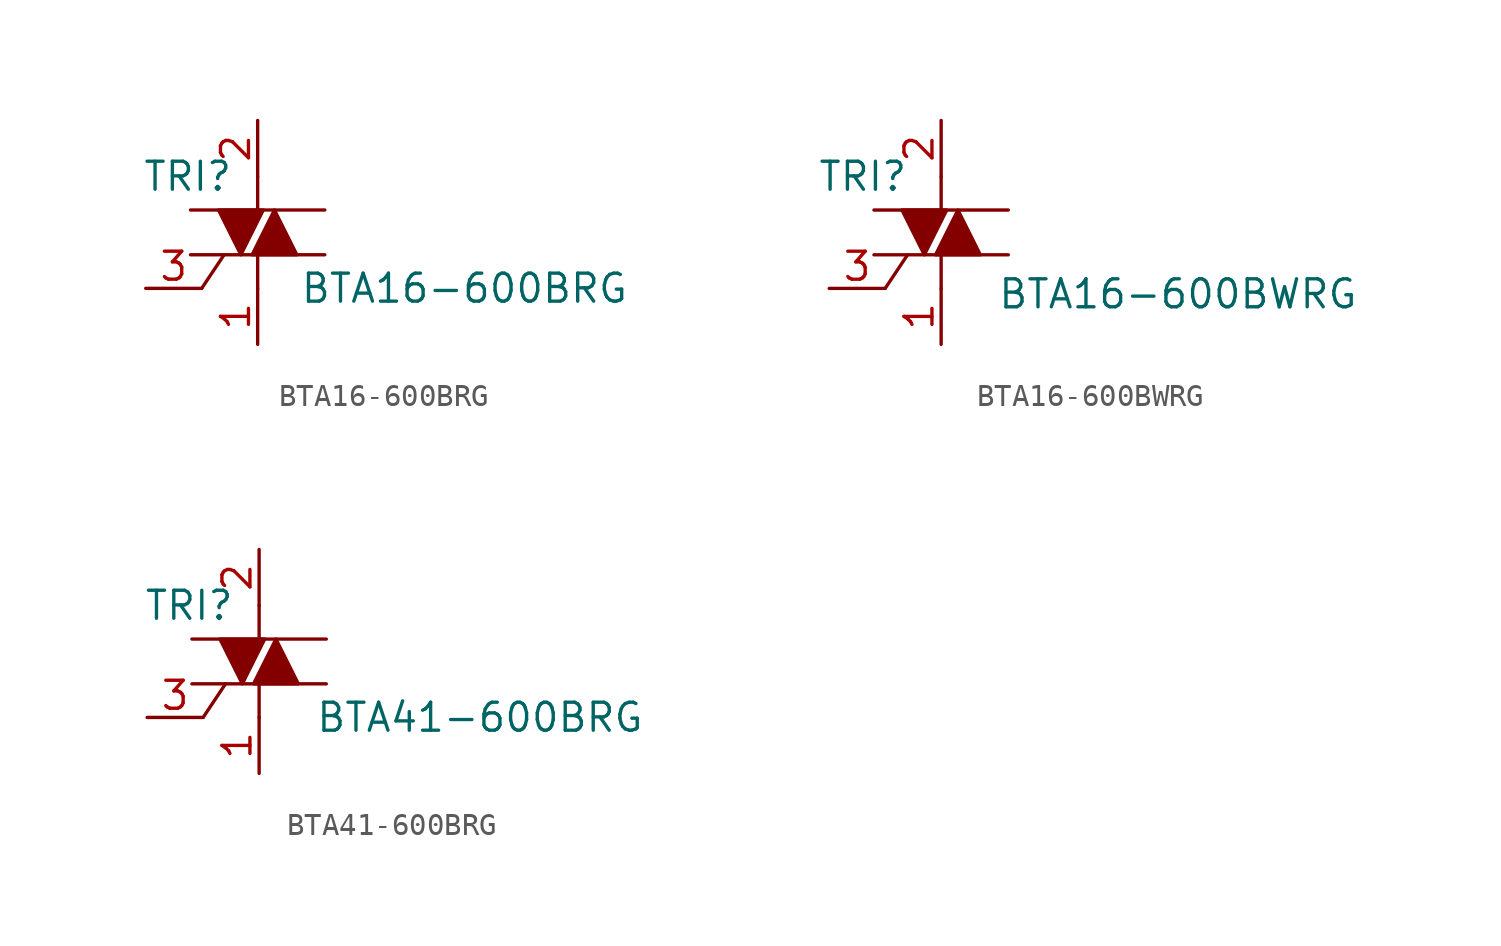
<source format=kicad_sym>
(kicad_symbol_lib
  (version 20211014)
  (generator kicad_symbol_editor)
  (symbol "BTA16-600BRG"
    (pin_names
      (offset 0) hide)
    (property "Reference" "TRI"
      (at -3.175 2.54 0)
      (effects (font (size 1.27 1.27))))
    (property "Value" "BTA16-600BRG"
      (at 1.905 -2.54 0)
      (effects (font (size 1.27 1.27)) (justify left)))
    (symbol "BTA16-600BRG_0_1"
      (polyline (pts (xy -3.048 1.016) (xy 3.048 1.016)) (stroke (width 0) (type default) (color 0 0 0 0)) (fill (type none)))
      (polyline (pts (xy -2.54 -2.54) (xy -1.524 -1.016)) (stroke (width 0) (type default) (color 0 0 0 0)) (fill (type none)))
      (polyline (pts (xy 0 -2.54) (xy 0 -1.016)) (stroke (width 0) (type default) (color 0 0 0 0)) (fill (type none)))
      (polyline (pts (xy 0 2.54) (xy 0 1.016)) (stroke (width 0) (type default) (color 0 0 0 0)) (fill (type none)))
      (polyline (pts (xy 3.048 -1.016) (xy -3.048 -1.016)) (stroke (width 0) (type default) (color 0 0 0 0)) (fill (type none)))
      (polyline (pts (xy -0.762 -1.016) (xy -1.778 1.016) (xy 0.254 1.016) (xy -0.762 -1.016)) (stroke (width 0) (type default) (color 0 0 0 0)) (fill (type outline)))
      (polyline (pts (xy 0.762 1.016) (xy -0.254 -1.016) (xy 1.778 -1.016) (xy 0.762 1.016)) (stroke (width 0) (type default) (color 0 0 0 0)) (fill (type outline))))
    (symbol "BTA16-600BRG_1_1"
      (pin passive line (at 0 -5.08 90) (length 2.54) (name "A1" (effects (font (size 1.27 1.27)))) (number "1" (effects (font (size 1.27 1.27)))))
      (pin passive line (at 0 5.08 270) (length 2.54) (name "A2" (effects (font (size 1.27 1.27)))) (number "2" (effects (font (size 1.27 1.27)))))
      (pin input line (at -5.08 -2.54 0) (length 2.54) (name "G" (effects (font (size 1.27 1.27)))) (number "3" (effects (font (size 1.27 1.27)))))))
  (symbol "BTA16-600BWRG"
    (pin_names
      (offset 0) hide)
    (property "Reference" "TRI"
      (at -3.556 2.54 0)
      (effects (font (size 1.27 1.27))))
    (property "Value" "BTA16-600BWRG"
      (at 2.54 -2.794 0)
      (effects (font (size 1.27 1.27)) (justify left)))
    (symbol "BTA16-600BWRG_0_1"
      (polyline (pts (xy -3.048 1.016) (xy 3.048 1.016)) (stroke (width 0) (type default) (color 0 0 0 0)) (fill (type none)))
      (polyline (pts (xy -2.54 -2.54) (xy -1.524 -1.016)) (stroke (width 0) (type default) (color 0 0 0 0)) (fill (type none)))
      (polyline (pts (xy 0 -2.54) (xy 0 -1.016)) (stroke (width 0) (type default) (color 0 0 0 0)) (fill (type none)))
      (polyline (pts (xy 0 2.54) (xy 0 1.016)) (stroke (width 0) (type default) (color 0 0 0 0)) (fill (type none)))
      (polyline (pts (xy 3.048 -1.016) (xy -3.048 -1.016)) (stroke (width 0) (type default) (color 0 0 0 0)) (fill (type none)))
      (polyline (pts (xy -0.762 -1.016) (xy -1.778 1.016) (xy 0.254 1.016) (xy -0.762 -1.016)) (stroke (width 0) (type default) (color 0 0 0 0)) (fill (type outline)))
      (polyline (pts (xy 0.762 1.016) (xy -0.254 -1.016) (xy 1.778 -1.016) (xy 0.762 1.016)) (stroke (width 0) (type default) (color 0 0 0 0)) (fill (type outline))))
    (symbol "BTA16-600BWRG_1_1"
      (pin passive line (at 0 -5.08 90) (length 2.54) (name "A1" (effects (font (size 1.27 1.27)))) (number "1" (effects (font (size 1.27 1.27)))))
      (pin passive line (at 0 5.08 270) (length 2.54) (name "A2" (effects (font (size 1.27 1.27)))) (number "2" (effects (font (size 1.27 1.27)))))
      (pin input line (at -5.08 -2.54 0) (length 2.54) (name "G" (effects (font (size 1.27 1.27)))) (number "3" (effects (font (size 1.27 1.27)))))))
  (symbol "BTA41-600BRG"
    (pin_names
      (offset 0) hide)
    (property "Reference" "TRI"
      (at -3.175 2.54 0)
      (effects (font (size 1.27 1.27))))
    (property "Value" "BTA41-600BRG"
      (at 2.54 -2.54 0)
      (effects (font (size 1.27 1.27)) (justify left)))
    (symbol "BTA41-600BRG_0_1"
      (polyline (pts (xy -3.048 1.016) (xy 3.048 1.016)) (stroke (width 0) (type default) (color 0 0 0 0)) (fill (type none)))
      (polyline (pts (xy -2.54 -2.54) (xy -1.524 -1.016)) (stroke (width 0) (type default) (color 0 0 0 0)) (fill (type none)))
      (polyline (pts (xy 0 -2.54) (xy 0 -1.016)) (stroke (width 0) (type default) (color 0 0 0 0)) (fill (type none)))
      (polyline (pts (xy 0 2.54) (xy 0 1.016)) (stroke (width 0) (type default) (color 0 0 0 0)) (fill (type none)))
      (polyline (pts (xy 3.048 -1.016) (xy -3.048 -1.016)) (stroke (width 0) (type default) (color 0 0 0 0)) (fill (type none)))
      (polyline (pts (xy -0.762 -1.016) (xy -1.778 1.016) (xy 0.254 1.016) (xy -0.762 -1.016)) (stroke (width 0) (type default) (color 0 0 0 0)) (fill (type outline)))
      (polyline (pts (xy 0.762 1.016) (xy -0.254 -1.016) (xy 1.778 -1.016) (xy 0.762 1.016)) (stroke (width 0) (type default) (color 0 0 0 0)) (fill (type outline))))
    (symbol "BTA41-600BRG_1_1"
      (pin passive line (at 0 -5.08 90) (length 2.54) (name "A1" (effects (font (size 1.27 1.27)))) (number "1" (effects (font (size 1.27 1.27)))))
      (pin passive line (at 0 5.08 270) (length 2.54) (name "A2" (effects (font (size 1.27 1.27)))) (number "2" (effects (font (size 1.27 1.27)))))
      (pin input line (at -5.08 -2.54 0) (length 2.54) (name "G" (effects (font (size 1.27 1.27)))) (number "3" (effects (font (size 1.27 1.27))))))))
</source>
